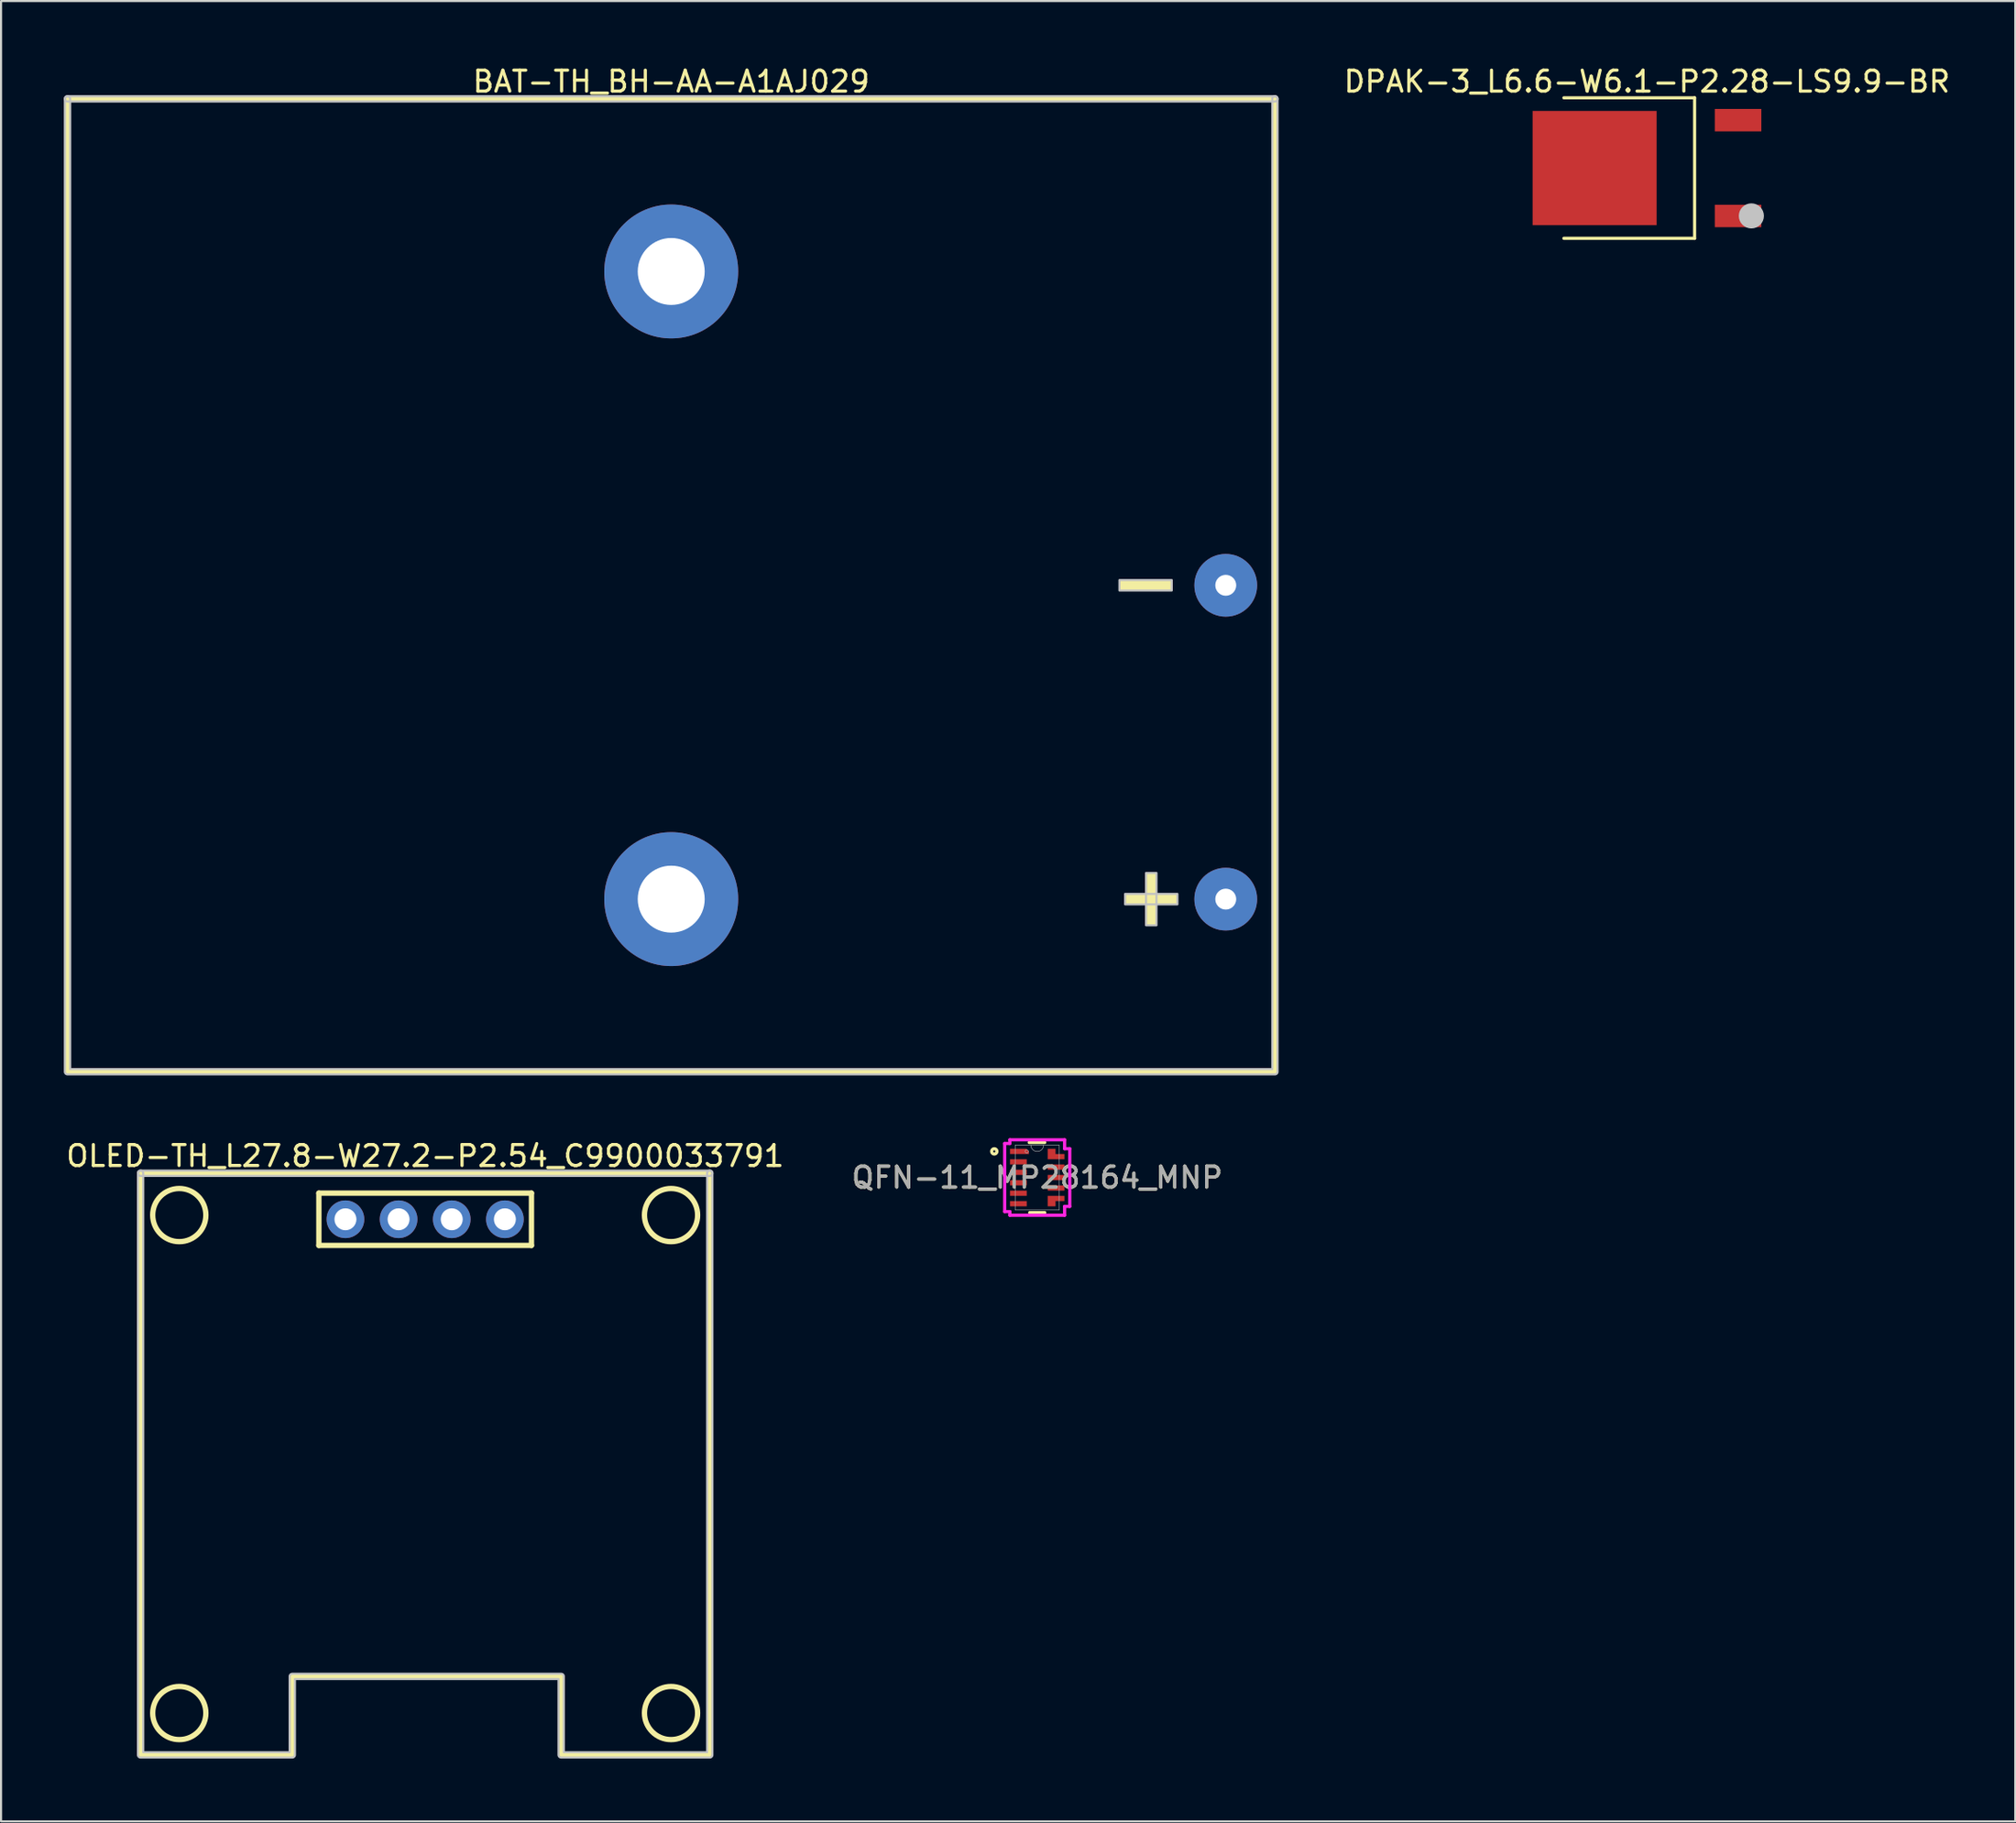
<source format=kicad_pcb>
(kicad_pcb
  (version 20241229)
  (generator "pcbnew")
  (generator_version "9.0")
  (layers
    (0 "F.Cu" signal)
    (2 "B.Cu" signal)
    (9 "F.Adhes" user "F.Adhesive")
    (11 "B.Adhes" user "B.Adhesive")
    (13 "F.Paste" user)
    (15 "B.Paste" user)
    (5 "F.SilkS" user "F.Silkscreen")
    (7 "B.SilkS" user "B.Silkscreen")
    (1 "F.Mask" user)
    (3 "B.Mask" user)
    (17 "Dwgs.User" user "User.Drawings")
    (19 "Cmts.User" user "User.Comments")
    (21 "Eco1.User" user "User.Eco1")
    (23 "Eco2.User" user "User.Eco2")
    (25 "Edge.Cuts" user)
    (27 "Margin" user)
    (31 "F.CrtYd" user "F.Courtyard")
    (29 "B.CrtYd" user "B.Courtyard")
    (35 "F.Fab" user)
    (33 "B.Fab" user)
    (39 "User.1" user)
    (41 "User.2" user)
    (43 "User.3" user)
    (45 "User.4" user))
  (footprint "BAT-TH_BH-AA-A1AJ029"
    (layer "F.Cu")
    (at 55.527 32.425)
    (property "Reference" "BAT-TH_BH-AA-A1AJ029" (at -26.5 -31.577 0) (layer "F.SilkS") (effects (font (size 1 1) (thickness 0.15))))
    (fp_line (start -55.35 -30.75) (end 2.35 -30.75) (stroke (width 0.254) (type default)) (layer "F.SilkS"))
    (fp_line (start -55.35 15.75) (end -55.35 -30.75) (stroke (width 0.254) (type default)) (layer "F.SilkS"))
    (fp_line (start 2.35 -30.75) (end 2.35 15.75) (stroke (width 0.254) (type default)) (layer "F.SilkS"))
    (fp_line (start 2.35 15.75) (end -55.35 15.75) (stroke (width 0.254) (type default)) (layer "F.SilkS"))
    (fp_poly (pts (xy -5.08 -7.75) (xy -5.08 -7.25) (xy -2.58 -7.25) (xy -2.58 -7.75)) (stroke (width 0) (type default)) (fill yes) (layer "F.SilkS"))
    (fp_poly (pts (xy -4.81 7.25) (xy -4.81 7.75) (xy -2.31 7.75) (xy -2.31 7.25)) (stroke (width 0) (type default)) (fill yes) (layer "F.SilkS"))
    (fp_poly (pts (xy -3.81 8.75) (xy -3.31 8.75) (xy -3.31 6.25) (xy -3.81 6.25)) (stroke (width 0) (type default)) (fill yes) (layer "F.SilkS"))
    (fp_poly (pts (xy -5.08 -7.75) (xy -5.08 -7.25) (xy -2.58 -7.25) (xy -2.58 -7.75)) (stroke (width 0.1) (type default)) (fill no) (layer "Dwgs.User"))
    (fp_poly (pts (xy -4.81 7.25) (xy -4.81 7.75) (xy -2.31 7.75) (xy -2.31 7.25)) (stroke (width 0.1) (type default)) (fill no) (layer "Dwgs.User"))
    (fp_poly (pts (xy -3.81 8.75) (xy -3.31 8.75) (xy -3.31 6.25) (xy -3.81 6.25)) (stroke (width 0.1) (type default)) (fill no) (layer "Dwgs.User"))
    (fp_poly (pts (arc (start -55.35 -30.623) (mid -55.477 -30.75) (end -55.35 -30.877)) (arc (start 2.35 -30.877) (mid 2.477 -30.75) (end 2.35 -30.623))) (stroke (width 0.1) (type default)) (fill no) (layer "Dwgs.User"))
    (fp_poly (pts (arc (start 2.223 -30.75) (mid 2.35 -30.877) (end 2.477 -30.75)) (arc (start 2.477 15.75) (mid 2.439803 15.839803) (end 2.35 15.877)) (arc (start -55.35 15.877) (mid -55.439803 15.839803) (end -55.477 15.75)) (arc (start -55.477 -30.75) (mid -55.35 -30.877) (end -55.223 -30.75)) (xy -55.223 15.623) (xy 2.223 15.623)) (stroke (width 0.1) (type default)) (fill no) (layer "Dwgs.User"))
    (fp_poly (pts (xy -0.3 -7.8) (xy 0.3 -7.8) (xy 0.3 -7.2) (xy -0.3 -7.2)) (stroke (width 0.1) (type default)) (fill no) (layer "User.1"))
    (fp_poly (pts (xy -0.3 7.2) (xy 0.3 7.2) (xy 0.3 7.8) (xy -0.3 7.8)) (stroke (width 0.1) (type default)) (fill no) (layer "User.1"))
    (fp_line (start -55.35 -30.75) (end 2.35 -30.75) (stroke (width 0.051) (type default)) (layer "User.2"))
    (fp_line (start -55.35 15.75) (end -55.35 -30.75) (stroke (width 0.051) (type default)) (layer "User.2"))
    (fp_line (start 2.35 -30.75) (end 2.35 15.75) (stroke (width 0.051) (type default)) (layer "User.2"))
    (fp_line (start 2.35 15.75) (end -55.35 15.75) (stroke (width 0.051) (type default)) (layer "User.2"))
    (fp_poly (pts (xy 2.41 -30.75) (xy 2.392 -30.792) (xy 2.35 -30.81) (xy 2.308 -30.792) (xy 2.29 -30.75) (xy 2.308 -30.708) (xy 2.35 -30.69) (xy 2.392 -30.708)) (stroke (width 0.1) (type default)) (fill no) (layer "User.3"))
    (pad "" thru_hole circle (at -26.5 -22.5) (size 6.4 6.4) (drill 3.2) (layers "*.Cu" "*.Mask"))
    (pad "" thru_hole circle (at -26.5 7.5) (size 6.4 6.4) (drill 3.2) (layers "*.Cu" "*.Mask"))
    (pad "1" thru_hole circle (at 0 -7.5) (size 3 3) (drill 1) (layers "*.Cu" "*.Mask"))
    (pad "2" thru_hole circle (at 0 7.5) (size 3 3) (drill 1) (layers "*.Cu" "*.Mask")))
  (footprint "QFN-11_MP28164_MNP"
    (layer "F.Cu")
    (at 46.518 53.232)
    (property "Reference" "QFN-11_MP28164_MNP" (at 0 0 0) (unlocked yes) (layer "F.SilkS") (effects (font (size 1 1) (thickness 0.15))))
    (attr smd)
    (fp_line (start -0.384 -1.676) (end 0.359 -1.676) (stroke (width 0.152) (type solid)) (layer "F.SilkS"))
    (fp_line (start 0.359 1.676) (end -0.359 1.676) (stroke (width 0.152) (type solid)) (layer "F.SilkS"))
    (fp_circle (center -2.052 -1.25) (end -1.925 -1.25) (stroke (width 0.152) (type solid)) (fill no) (layer "F.SilkS"))
    (fp_line (start -1.554 -1.629) (end -1.554 1.629) (stroke (width 0.152) (type solid)) (layer "F.CrtYd"))
    (fp_line (start -1.554 1.629) (end -1.308 1.629) (stroke (width 0.152) (type solid)) (layer "F.CrtYd"))
    (fp_line (start -1.308 -1.803) (end -1.308 -1.629) (stroke (width 0.152) (type solid)) (layer "F.CrtYd"))
    (fp_line (start -1.308 -1.629) (end -1.554 -1.629) (stroke (width 0.152) (type solid)) (layer "F.CrtYd"))
    (fp_line (start -1.308 1.629) (end -1.308 1.803) (stroke (width 0.152) (type solid)) (layer "F.CrtYd"))
    (fp_line (start -1.308 1.803) (end 1.308 1.803) (stroke (width 0.152) (type solid)) (layer "F.CrtYd"))
    (fp_line (start 1.308 -1.803) (end -1.308 -1.803) (stroke (width 0.152) (type solid)) (layer "F.CrtYd"))
    (fp_line (start 1.308 -1.379) (end 1.308 -1.803) (stroke (width 0.152) (type solid)) (layer "F.CrtYd"))
    (fp_line (start 1.308 1.379) (end 1.554 1.379) (stroke (width 0.152) (type solid)) (layer "F.CrtYd"))
    (fp_line (start 1.308 1.803) (end 1.308 1.379) (stroke (width 0.152) (type solid)) (layer "F.CrtYd"))
    (fp_line (start 1.554 -1.379) (end 1.308 -1.379) (stroke (width 0.152) (type solid)) (layer "F.CrtYd"))
    (fp_line (start 1.554 1.379) (end 1.554 -1.379) (stroke (width 0.152) (type solid)) (layer "F.CrtYd"))
    (fp_line (start -1.054 -1.549) (end -1.054 1.549) (stroke (width 0.025) (type solid)) (layer "F.Fab"))
    (fp_line (start -1.054 1.549) (end 1.054 1.549) (stroke (width 0.025) (type solid)) (layer "F.Fab"))
    (fp_line (start 1.054 -1.549) (end -1.054 -1.549) (stroke (width 0.025) (type solid)) (layer "F.Fab"))
    (fp_line (start 1.054 1.549) (end 1.054 -1.549) (stroke (width 0.025) (type solid)) (layer "F.Fab"))
    (fp_arc (start 0.3048 -1.5494) (mid 0 -1.2446) (end -0.3048 -1.5494) (stroke (width 0.0254) (type solid)) (layer "F.Fab"))
    (fp_circle (center -0.5 -1.25) (end -0.424 -1.25) (stroke (width 0.025) (type solid)) (fill no) (layer "F.Fab"))
    (fp_text user "${REFERENCE}" (at 0 0 0) (unlocked yes) (layer "F.Fab") (effects (font (size 1 1) (thickness 0.15))))
    (pad "1" smd custom (at -0.9 -1.25) (size 0.127 0.127) (layers "F.Cu" "F.Mask" "F.Paste") (options (anchor circle)) (primitives (gr_poly (pts (xy -0.4 -0.125) (xy -0.4 0.125) (xy 0.5 0.125) (xy 0.5 0) (xy 0.375 -0.125)) (width 0) (fill yes))))
    (pad "2" smd rect (at -0.9 -0.75) (size 0.8 0.25) (layers "F.Cu" "F.Mask" "F.Paste"))
    (pad "3" smd rect (at -0.9 -0.25) (size 0.8 0.25) (layers "F.Cu" "F.Mask" "F.Paste"))
    (pad "4" smd rect (at -0.9 0.25) (size 0.8 0.25) (layers "F.Cu" "F.Mask" "F.Paste"))
    (pad "5" smd rect (at -0.9 0.75) (size 0.8 0.25) (layers "F.Cu" "F.Mask" "F.Paste"))
    (pad "6" smd rect (at -0.9 1.25) (size 0.8 0.25) (layers "F.Cu" "F.Mask" "F.Paste"))
    (pad "7" smd custom (at 0.9 1) (size 0.127 0.127) (layers "F.Cu" "F.Mask" "F.Paste") (options (anchor circle)) (primitives (gr_poly (pts (xy 0.4 -0.125) (xy -0.4 -0.125) (xy -0.4 0.375) (xy -0.025 0.375) (xy -0.025 0.125) (xy 0.4 0.125)) (width 0) (fill yes))))
    (pad "8" smd rect (at 0.9 0.5) (size 0.8 0.25) (layers "F.Cu" "F.Mask" "F.Paste"))
    (pad "9" smd rect (at 0.9 0) (size 0.8 0.25) (layers "F.Cu" "F.Mask" "F.Paste"))
    (pad "10" smd rect (at 0.9 -0.5) (size 0.8 0.25) (layers "F.Cu" "F.Mask" "F.Paste"))
    (pad "11" smd custom (at 0.9 -1) (size 0.127 0.127) (layers "F.Cu" "F.Mask" "F.Paste") (options (anchor circle)) (primitives (gr_poly (pts (xy 0.4 0.125) (xy -0.4 0.125) (xy -0.4 -0.375) (xy -0.025 -0.375) (xy -0.025 -0.125) (xy 0.4 -0.125)) (width 0) (fill yes)))))
  (footprint "DPAK-3_L6.6-W6.1-P2.28-LS9.9-BR"
    (layer "F.Cu")
    (at 76.582 4.983)
    (property "Reference" "DPAK-3_L6.6-W6.1-P2.28-LS9.9-BR" (at -0.925 -4.135 0) (layer "F.SilkS") (effects (font (size 1 1) (thickness 0.15))))
    (fp_line (start -4.896 -3.358) (end 1.351 -3.358) (stroke (width 0.152) (type default)) (layer "F.SilkS"))
    (fp_line (start -4.896 3.358) (end 1.351 3.358) (stroke (width 0.152) (type default)) (layer "F.SilkS"))
    (fp_line (start 1.351 3.358) (end 1.351 -3.358) (stroke (width 0.152) (type default)) (layer "F.SilkS"))
    (fp_circle (center 4.064 2.286) (end 4.364 2.286) (stroke (width 0.6) (type default)) (fill no) (layer "Dwgs.User"))
    (fp_poly (pts (xy 2.615 -2.672) (xy 2.615 -1.907) (xy 1.264 -1.907) (xy 1.264 -2.672)) (stroke (width 0.1) (type default)) (fill no) (layer "User.1"))
    (fp_poly (pts (xy 2.615 1.907) (xy 2.615 2.672) (xy 1.264 2.672) (xy 1.264 1.907)) (stroke (width 0.1) (type default)) (fill no) (layer "User.1"))
    (fp_poly (pts (xy 4.045 -2.672) (xy 4.045 -1.907) (xy 2.604 -1.907) (xy 2.604 -2.672)) (stroke (width 0.1) (type default)) (fill no) (layer "User.1"))
    (fp_poly (pts (xy 4.045 1.907) (xy 4.045 2.672) (xy 2.604 2.672) (xy 2.604 1.907)) (stroke (width 0.1) (type default)) (fill no) (layer "User.1"))
    (fp_poly (pts (xy -0.466 -2.625) (xy -0.466 2.625) (xy -5.37 2.625) (xy -5.896 2.1) (xy -5.896 -2.1) (xy -5.37 -2.625)) (stroke (width 0.1) (type default)) (fill no) (layer "User.1"))
    (fp_line (start -4.821 -3.283) (end 1.274 -3.283) (stroke (width 0.051) (type default)) (layer "User.2"))
    (fp_line (start -4.821 3.283) (end -4.821 -3.283) (stroke (width 0.051) (type default)) (layer "User.2"))
    (fp_line (start 1.274 -3.283) (end 1.274 3.283) (stroke (width 0.051) (type default)) (layer "User.2"))
    (fp_line (start 1.274 3.283) (end -4.821 3.283) (stroke (width 0.051) (type default)) (layer "User.2"))
    (fp_poly (pts (xy 4.104 3.283) (xy 4.087 3.24) (xy 4.045 3.223) (xy 4.002 3.24) (xy 3.985 3.283) (xy 4.002 3.325) (xy 4.045 3.342) (xy 4.087 3.325)) (stroke (width 0.1) (type default)) (fill no) (layer "User.3"))
    (pad "1" smd rect (at 3.428 2.29) (size 2.223 1.071) (layers "F.Cu" "F.Mask" "F.Paste"))
    (pad "2" smd rect (at -3.428 0) (size 5.925 5.46) (layers "F.Cu" "F.Mask" "F.Paste"))
    (pad "3" smd rect (at 3.428 -2.29) (size 2.223 1.071) (layers "F.Cu" "F.Mask" "F.Paste")))
  (footprint "OLED-TH_L27.8-W27.2-P2.54_C9900033791"
    (layer "F.Cu")
    (at 17.268 55.227)
    (property "Reference" "OLED-TH_L27.8-W27.2-P2.54_C9900033791" (at 0 -3.026 0) (layer "F.SilkS") (effects (font (size 1 1) (thickness 0.15))))
    (fp_line (start -13.599 -2.2) (end 13.599 -2.2) (stroke (width 0.254) (type default)) (layer "F.SilkS"))
    (fp_line (start -13.599 25.601) (end -13.599 -2.2) (stroke (width 0.254) (type default)) (layer "F.SilkS"))
    (fp_line (start -6.35 21.849) (end -6.35 25.601) (stroke (width 0.254) (type default)) (layer "F.SilkS"))
    (fp_line (start -6.35 25.601) (end -13.599 25.601) (stroke (width 0.254) (type default)) (layer "F.SilkS"))
    (fp_line (start -5.08 -1.25) (end -5.08 1.25) (stroke (width 0.254) (type default)) (layer "F.SilkS"))
    (fp_line (start -5.08 -1.25) (end 5.08 -1.25) (stroke (width 0.254) (type default)) (layer "F.SilkS"))
    (fp_line (start -5.08 1.25) (end 5.08 1.25) (stroke (width 0.254) (type default)) (layer "F.SilkS"))
    (fp_line (start 5.08 1.25) (end 5.08 -1.25) (stroke (width 0.254) (type default)) (layer "F.SilkS"))
    (fp_line (start 6.5 21.849) (end -6.35 21.849) (stroke (width 0.254) (type default)) (layer "F.SilkS"))
    (fp_line (start 6.5 25.601) (end 6.5 21.849) (stroke (width 0.254) (type default)) (layer "F.SilkS"))
    (fp_line (start 13.599 -2.2) (end 13.599 25.601) (stroke (width 0.254) (type default)) (layer "F.SilkS"))
    (fp_line (start 13.599 25.601) (end 6.5 25.601) (stroke (width 0.254) (type default)) (layer "F.SilkS"))
    (fp_circle (center -11.75 -0.2) (end -10.48 -0.2) (stroke (width 0.254) (type default)) (fill no) (layer "F.SilkS"))
    (fp_circle (center -11.75 23.6) (end -10.48 23.6) (stroke (width 0.254) (type default)) (fill no) (layer "F.SilkS"))
    (fp_circle (center 11.75 -0.2) (end 13.02 -0.2) (stroke (width 0.254) (type default)) (fill no) (layer "F.SilkS"))
    (fp_circle (center 11.75 23.6) (end 13.02 23.6) (stroke (width 0.254) (type default)) (fill no) (layer "F.SilkS"))
    (fp_poly (pts (arc (start 13.6 -2.327) (mid 13.727 -2.2) (end 13.6 -2.073)) (arc (start -13.6 -2.073) (mid -13.727 -2.2) (end -13.6 -2.327))) (stroke (width 0.1) (type default)) (fill no) (layer "Dwgs.User"))
    (fp_poly (pts (arc (start 6.5 25.727) (mid 6.410197 25.689803) (end 6.373 25.6)) (xy 6.373 21.977) (xy -6.223 21.977) (arc (start -6.223 25.6) (mid -6.260197 25.689803) (end -6.35 25.727)) (arc (start -13.6 25.727) (mid -13.689803 25.689803) (end -13.727 25.6)) (arc (start -13.727 -2.2) (mid -13.689803 -2.289803) (end -13.6 -2.327)) (arc (start -13.6 -2.327) (mid -13.510197 -2.289803) (end -13.473 -2.2)) (xy -13.473 25.473) (xy -6.477 25.473) (arc (start -6.477 21.85) (mid -6.439803 21.760197) (end -6.35 21.723)) (arc (start 6.5 21.723) (mid 6.589803 21.760197) (end 6.627 21.85)) (xy 6.627 25.473) (xy 13.473 25.473) (arc (start 13.473 -2.2) (mid 13.510197 -2.289803) (end 13.6 -2.327)) (arc (start 13.6 -2.327) (mid 13.689803 -2.289803) (end 13.727 -2.2)) (arc (start 13.727 25.6) (mid 13.689803 25.689803) (end 13.6 25.727))) (stroke (width 0.1) (type default)) (fill no) (layer "Dwgs.User"))
    (fp_poly (pts (xy -4.13 -0.32) (xy -3.49 -0.32) (xy -3.49 0.32) (xy -4.13 0.32)) (stroke (width 0.1) (type default)) (fill no) (layer "User.1"))
    (fp_poly (pts (xy -1.59 -0.32) (xy -0.95 -0.32) (xy -0.95 0.32) (xy -1.59 0.32)) (stroke (width 0.1) (type default)) (fill no) (layer "User.1"))
    (fp_poly (pts (xy 0.95 -0.32) (xy 1.59 -0.32) (xy 1.59 0.32) (xy 0.95 0.32)) (stroke (width 0.1) (type default)) (fill no) (layer "User.1"))
    (fp_poly (pts (xy 3.49 -0.32) (xy 4.13 -0.32) (xy 4.13 0.32) (xy 3.49 0.32)) (stroke (width 0.1) (type default)) (fill no) (layer "User.1"))
    (fp_line (start -13.599 -2.2) (end -13.599 25.601) (stroke (width 0.051) (type default)) (layer "User.2"))
    (fp_line (start -13.599 25.601) (end -6.35 25.601) (stroke (width 0.051) (type default)) (layer "User.2"))
    (fp_line (start -6.35 21.849) (end 6.5 21.849) (stroke (width 0.051) (type default)) (layer "User.2"))
    (fp_line (start -6.35 25.601) (end -6.35 21.849) (stroke (width 0.051) (type default)) (layer "User.2"))
    (fp_line (start 6.5 21.849) (end 6.5 25.601) (stroke (width 0.051) (type default)) (layer "User.2"))
    (fp_line (start 6.5 25.601) (end 13.599 25.601) (stroke (width 0.051) (type default)) (layer "User.2"))
    (fp_line (start 13.599 -2.2) (end -13.599 -2.2) (stroke (width 0.051) (type default)) (layer "User.2"))
    (fp_line (start 13.599 25.601) (end 13.599 -2.2) (stroke (width 0.051) (type default)) (layer "User.2"))
    (fp_poly (pts (xy -13.539 25.601) (xy -13.557 25.558) (xy -13.599 25.541) (xy -13.641 25.558) (xy -13.659 25.601) (xy -13.641 25.643) (xy -13.599 25.66) (xy -13.557 25.643)) (stroke (width 0.1) (type default)) (fill no) (layer "User.3"))
    (pad "1" thru_hole circle (at -3.81 0) (size 1.8 1.8) (drill 1.05) (layers "*.Cu" "*.Mask"))
    (pad "2" thru_hole circle (at -1.27 0) (size 1.8 1.8) (drill 1.05) (layers "*.Cu" "*.Mask"))
    (pad "3" thru_hole circle (at 1.27 0) (size 1.8 1.8) (drill 1.05) (layers "*.Cu" "*.Mask"))
    (pad "4" thru_hole circle (at 3.81 0) (size 1.8 1.8) (drill 1.05) (layers "*.Cu" "*.Mask")))
  (gr_rect
    (start -3 -3)
    (end 93.257 84.004)
    (stroke (width 0.1) (type default))
    (fill no)
    (layer "Edge.Cuts")))
</source>
